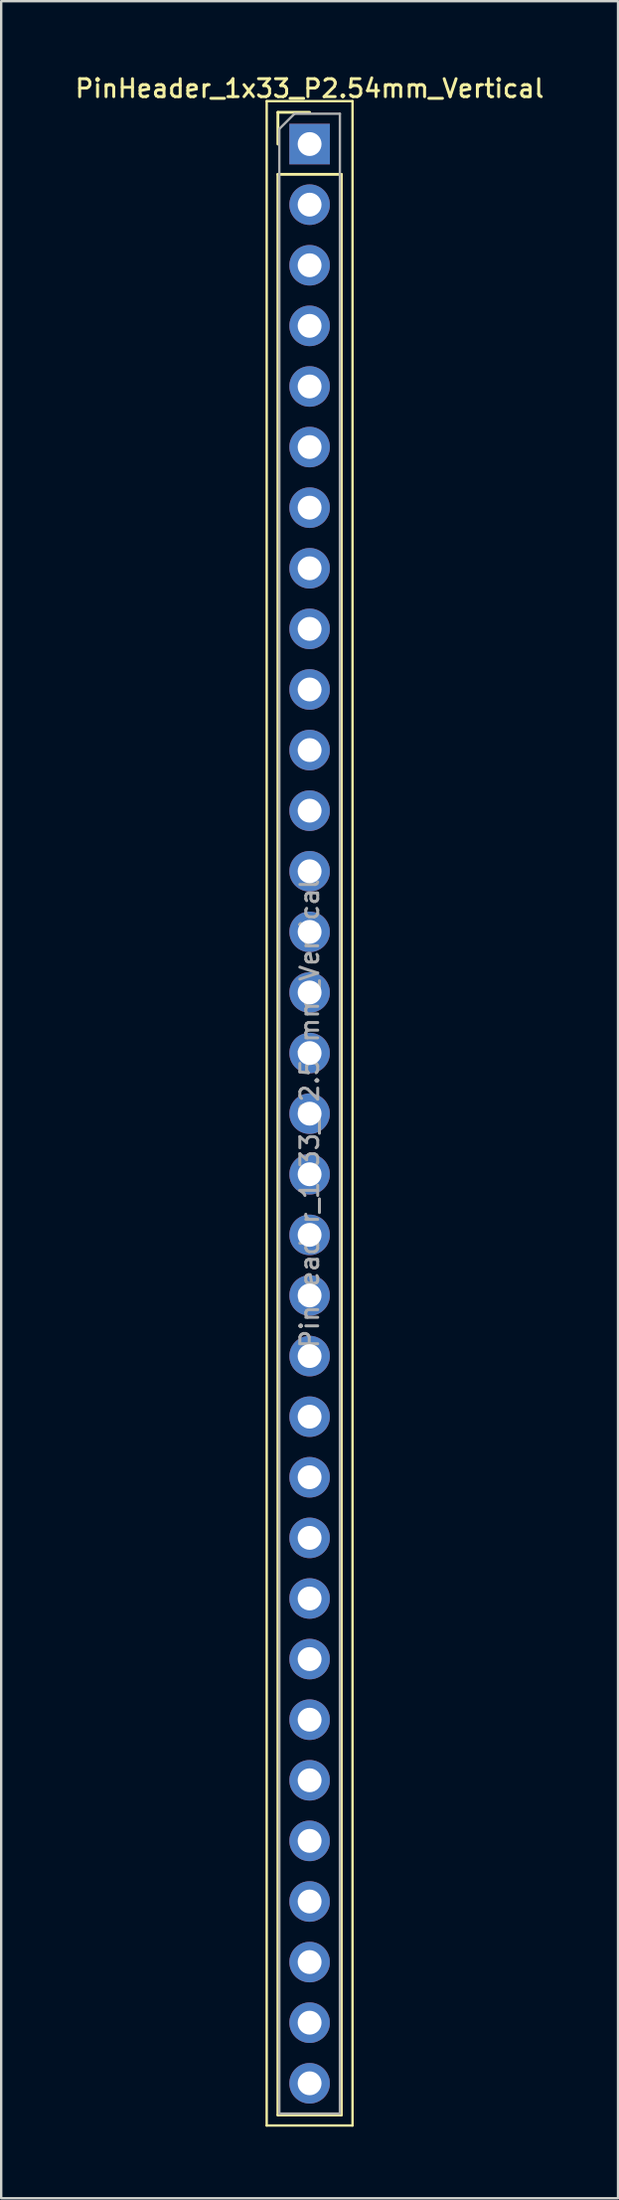
<source format=kicad_pcb>
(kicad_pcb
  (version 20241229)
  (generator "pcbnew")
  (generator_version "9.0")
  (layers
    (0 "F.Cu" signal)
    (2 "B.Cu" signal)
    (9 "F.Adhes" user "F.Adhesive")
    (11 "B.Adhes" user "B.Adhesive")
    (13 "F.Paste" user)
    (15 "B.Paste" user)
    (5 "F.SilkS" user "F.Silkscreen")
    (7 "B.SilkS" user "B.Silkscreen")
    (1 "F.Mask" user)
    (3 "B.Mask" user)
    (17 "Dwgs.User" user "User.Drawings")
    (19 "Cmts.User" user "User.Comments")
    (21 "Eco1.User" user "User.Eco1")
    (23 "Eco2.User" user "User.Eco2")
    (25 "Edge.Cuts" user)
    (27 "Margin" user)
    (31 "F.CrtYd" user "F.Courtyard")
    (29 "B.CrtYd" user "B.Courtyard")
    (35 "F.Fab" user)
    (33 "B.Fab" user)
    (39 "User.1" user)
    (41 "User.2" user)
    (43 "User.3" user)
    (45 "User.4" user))
  (footprint "PinHeader_1x33_P2.54mm_Vertical"
    (layer "F.Cu")
    (at 9.934 2.988)
    (property "Reference" "PinHeader_1x33_P2.54mm_Vertical" (at 0 -2.33 0) (layer "F.SilkS") (effects (font (size 0.75 0.75) (thickness 0.125))))
    (attr through_hole)
    (fp_line (start -1.8 -1.8) (end -1.8 83.05) (stroke (width 0.1) (type solid)) (layer "F.SilkS"))
    (fp_line (start -1.8 83.05) (end 1.8 83.05) (stroke (width 0.1) (type solid)) (layer "F.SilkS"))
    (fp_line (start -1.33 -1.33) (end 0 -1.33) (stroke (width 0.12) (type solid)) (layer "F.SilkS"))
    (fp_line (start -1.33 0) (end -1.33 -1.33) (stroke (width 0.12) (type solid)) (layer "F.SilkS"))
    (fp_line (start -1.33 1.27) (end -1.33 82.61) (stroke (width 0.12) (type solid)) (layer "F.SilkS"))
    (fp_line (start -1.33 1.27) (end 1.33 1.27) (stroke (width 0.12) (type solid)) (layer "F.SilkS"))
    (fp_line (start -1.33 82.61) (end 1.33 82.61) (stroke (width 0.12) (type solid)) (layer "F.SilkS"))
    (fp_line (start 1.33 1.27) (end 1.33 82.61) (stroke (width 0.12) (type solid)) (layer "F.SilkS"))
    (fp_line (start 1.8 -1.8) (end -1.8 -1.8) (stroke (width 0.1) (type solid)) (layer "F.SilkS"))
    (fp_line (start 1.8 83.05) (end 1.8 -1.8) (stroke (width 0.1) (type solid)) (layer "F.SilkS"))
    (fp_line (start -1.27 -0.635) (end -0.635 -1.27) (stroke (width 0.1) (type solid)) (layer "F.Fab"))
    (fp_line (start -1.27 82.55) (end -1.27 -0.635) (stroke (width 0.1) (type solid)) (layer "F.Fab"))
    (fp_line (start -0.635 -1.27) (end 1.27 -1.27) (stroke (width 0.1) (type solid)) (layer "F.Fab"))
    (fp_line (start 1.27 -1.27) (end 1.27 82.55) (stroke (width 0.1) (type solid)) (layer "F.Fab"))
    (fp_line (start 1.27 82.55) (end -1.27 82.55) (stroke (width 0.1) (type solid)) (layer "F.Fab"))
    (fp_text user "${REFERENCE}" (at 0 40.64 90) (layer "F.Fab") (effects (font (size 0.75 0.75) (thickness 0.125))))
    (pad "1" thru_hole rect (at 0 0) (size 1.7 1.7) (drill 1) (layers "*.Cu" "*.Mask"))
    (pad "2" thru_hole oval (at 0 2.54) (size 1.7 1.7) (drill 1) (layers "*.Cu" "*.Mask"))
    (pad "3" thru_hole oval (at 0 5.08) (size 1.7 1.7) (drill 1) (layers "*.Cu" "*.Mask"))
    (pad "4" thru_hole oval (at 0 7.62) (size 1.7 1.7) (drill 1) (layers "*.Cu" "*.Mask"))
    (pad "5" thru_hole oval (at 0 10.16) (size 1.7 1.7) (drill 1) (layers "*.Cu" "*.Mask"))
    (pad "6" thru_hole oval (at 0 12.7) (size 1.7 1.7) (drill 1) (layers "*.Cu" "*.Mask"))
    (pad "7" thru_hole oval (at 0 15.24) (size 1.7 1.7) (drill 1) (layers "*.Cu" "*.Mask"))
    (pad "8" thru_hole oval (at 0 17.78) (size 1.7 1.7) (drill 1) (layers "*.Cu" "*.Mask"))
    (pad "9" thru_hole oval (at 0 20.32) (size 1.7 1.7) (drill 1) (layers "*.Cu" "*.Mask"))
    (pad "10" thru_hole oval (at 0 22.86) (size 1.7 1.7) (drill 1) (layers "*.Cu" "*.Mask"))
    (pad "11" thru_hole oval (at 0 25.4) (size 1.7 1.7) (drill 1) (layers "*.Cu" "*.Mask"))
    (pad "12" thru_hole oval (at 0 27.94) (size 1.7 1.7) (drill 1) (layers "*.Cu" "*.Mask"))
    (pad "13" thru_hole oval (at 0 30.48) (size 1.7 1.7) (drill 1) (layers "*.Cu" "*.Mask"))
    (pad "14" thru_hole oval (at 0 33.02) (size 1.7 1.7) (drill 1) (layers "*.Cu" "*.Mask"))
    (pad "15" thru_hole oval (at 0 35.56) (size 1.7 1.7) (drill 1) (layers "*.Cu" "*.Mask"))
    (pad "16" thru_hole oval (at 0 38.1) (size 1.7 1.7) (drill 1) (layers "*.Cu" "*.Mask"))
    (pad "17" thru_hole oval (at 0 40.64) (size 1.7 1.7) (drill 1) (layers "*.Cu" "*.Mask"))
    (pad "18" thru_hole oval (at 0 43.18) (size 1.7 1.7) (drill 1) (layers "*.Cu" "*.Mask"))
    (pad "19" thru_hole oval (at 0 45.72) (size 1.7 1.7) (drill 1) (layers "*.Cu" "*.Mask"))
    (pad "20" thru_hole oval (at 0 48.26) (size 1.7 1.7) (drill 1) (layers "*.Cu" "*.Mask"))
    (pad "21" thru_hole oval (at 0 50.8) (size 1.7 1.7) (drill 1) (layers "*.Cu" "*.Mask"))
    (pad "22" thru_hole oval (at 0 53.34) (size 1.7 1.7) (drill 1) (layers "*.Cu" "*.Mask"))
    (pad "23" thru_hole oval (at 0 55.88) (size 1.7 1.7) (drill 1) (layers "*.Cu" "*.Mask"))
    (pad "24" thru_hole oval (at 0 58.42) (size 1.7 1.7) (drill 1) (layers "*.Cu" "*.Mask"))
    (pad "25" thru_hole oval (at 0 60.96) (size 1.7 1.7) (drill 1) (layers "*.Cu" "*.Mask"))
    (pad "26" thru_hole oval (at 0 63.5) (size 1.7 1.7) (drill 1) (layers "*.Cu" "*.Mask"))
    (pad "27" thru_hole oval (at 0 66.04) (size 1.7 1.7) (drill 1) (layers "*.Cu" "*.Mask"))
    (pad "28" thru_hole oval (at 0 68.58) (size 1.7 1.7) (drill 1) (layers "*.Cu" "*.Mask"))
    (pad "29" thru_hole oval (at 0 71.12) (size 1.7 1.7) (drill 1) (layers "*.Cu" "*.Mask"))
    (pad "30" thru_hole oval (at 0 73.66) (size 1.7 1.7) (drill 1) (layers "*.Cu" "*.Mask"))
    (pad "31" thru_hole oval (at 0 76.2) (size 1.7 1.7) (drill 1) (layers "*.Cu" "*.Mask"))
    (pad "32" thru_hole oval (at 0 78.74) (size 1.7 1.7) (drill 1) (layers "*.Cu" "*.Mask"))
    (pad "33" thru_hole oval (at 0 81.28) (size 1.7 1.7) (drill 1) (layers "*.Cu" "*.Mask")))
  (gr_rect
    (start -3 -3)
    (end 22.868 89.088)
    (stroke (width 0.1) (type default))
    (fill no)
    (layer "Edge.Cuts")))
</source>
